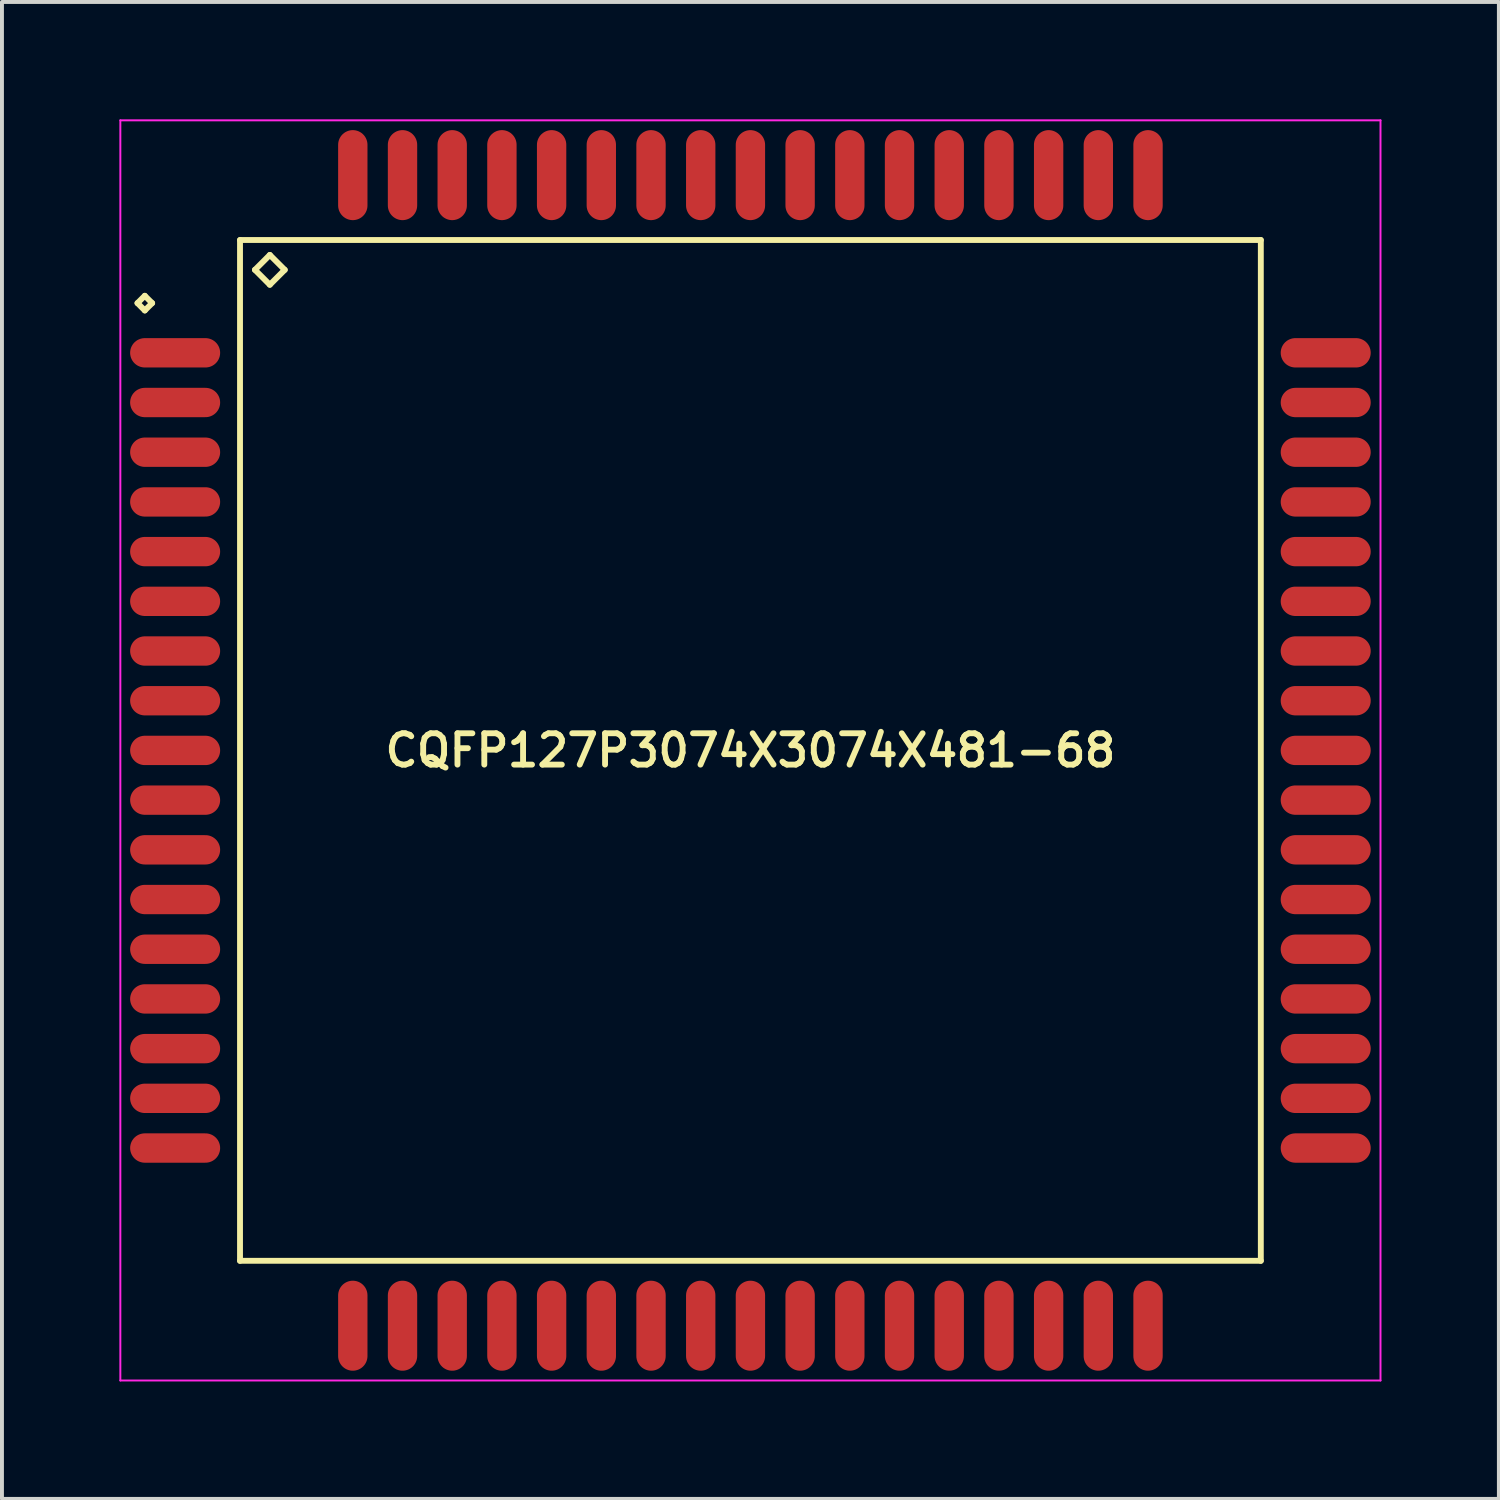
<source format=kicad_pcb>
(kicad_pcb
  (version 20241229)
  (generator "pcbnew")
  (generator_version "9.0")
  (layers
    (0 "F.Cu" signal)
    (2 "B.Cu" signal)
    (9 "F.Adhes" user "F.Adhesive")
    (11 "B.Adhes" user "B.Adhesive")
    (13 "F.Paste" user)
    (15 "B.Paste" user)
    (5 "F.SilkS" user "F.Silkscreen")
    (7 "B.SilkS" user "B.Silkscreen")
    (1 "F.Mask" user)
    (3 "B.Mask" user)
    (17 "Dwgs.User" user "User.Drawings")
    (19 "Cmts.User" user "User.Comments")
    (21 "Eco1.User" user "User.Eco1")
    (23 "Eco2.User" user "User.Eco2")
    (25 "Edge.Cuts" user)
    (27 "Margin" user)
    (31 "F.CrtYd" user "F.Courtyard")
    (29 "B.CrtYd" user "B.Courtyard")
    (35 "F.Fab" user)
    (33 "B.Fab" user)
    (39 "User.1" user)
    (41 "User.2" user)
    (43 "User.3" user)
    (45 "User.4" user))
  (footprint "CQFP127P3074X3074X481-68"
    (layer "F.Cu")
    (at 16.125 16.125)
    (property "Reference" "CQFP127P3074X3074X481-68" (at 0 0 0) (layer "F.SilkS") (effects (font (size 0.8 0.8) (thickness 0.15))))
    (attr smd)
    (fp_line (start -15.662 -11.43) (end -15.475 -11.617) (stroke (width 0.15) (type solid)) (layer "F.SilkS"))
    (fp_line (start -15.475 -11.617) (end -15.287 -11.43) (stroke (width 0.15) (type solid)) (layer "F.SilkS"))
    (fp_line (start -15.475 -11.242) (end -15.662 -11.43) (stroke (width 0.15) (type solid)) (layer "F.SilkS"))
    (fp_line (start -15.287 -11.43) (end -15.475 -11.242) (stroke (width 0.15) (type solid)) (layer "F.SilkS"))
    (fp_line (start -13.042 -13.042) (end -13.042 13.042) (stroke (width 0.15) (type solid)) (layer "F.SilkS"))
    (fp_line (start -13.042 13.042) (end 13.042 13.042) (stroke (width 0.15) (type solid)) (layer "F.SilkS"))
    (fp_line (start -12.661 -12.28) (end -12.28 -12.661) (stroke (width 0.15) (type solid)) (layer "F.SilkS"))
    (fp_line (start -12.28 -12.661) (end -11.899 -12.28) (stroke (width 0.15) (type solid)) (layer "F.SilkS"))
    (fp_line (start -12.28 -11.899) (end -12.661 -12.28) (stroke (width 0.15) (type solid)) (layer "F.SilkS"))
    (fp_line (start -11.899 -12.28) (end -12.28 -11.899) (stroke (width 0.15) (type solid)) (layer "F.SilkS"))
    (fp_line (start 13.042 -13.042) (end -13.042 -13.042) (stroke (width 0.15) (type solid)) (layer "F.SilkS"))
    (fp_line (start 13.042 13.042) (end 13.042 -13.042) (stroke (width 0.15) (type solid)) (layer "F.SilkS"))
    (fp_line (start -16.1 -16.1) (end 16.1 -16.1) (stroke (width 0.05) (type solid)) (layer "F.CrtYd"))
    (fp_line (start -16.1 16.1) (end -16.1 -16.1) (stroke (width 0.05) (type solid)) (layer "F.CrtYd"))
    (fp_line (start 16.1 -16.1) (end 16.1 16.1) (stroke (width 0.05) (type solid)) (layer "F.CrtYd"))
    (fp_line (start 16.1 16.1) (end -16.1 16.1) (stroke (width 0.05) (type solid)) (layer "F.CrtYd"))
    (pad "1" smd oval (at -14.7 -10.16) (size 2.3 0.75) (layers "F.Cu" "F.Mask" "F.Paste"))
    (pad "2" smd oval (at -14.7 -8.89) (size 2.3 0.75) (layers "F.Cu" "F.Mask" "F.Paste"))
    (pad "3" smd oval (at -14.7 -7.62) (size 2.3 0.75) (layers "F.Cu" "F.Mask" "F.Paste"))
    (pad "4" smd oval (at -14.7 -6.35) (size 2.3 0.75) (layers "F.Cu" "F.Mask" "F.Paste"))
    (pad "5" smd oval (at -14.7 -5.08) (size 2.3 0.75) (layers "F.Cu" "F.Mask" "F.Paste"))
    (pad "6" smd oval (at -14.7 -3.81) (size 2.3 0.75) (layers "F.Cu" "F.Mask" "F.Paste"))
    (pad "7" smd oval (at -14.7 -2.54) (size 2.3 0.75) (layers "F.Cu" "F.Mask" "F.Paste"))
    (pad "8" smd oval (at -14.7 -1.27) (size 2.3 0.75) (layers "F.Cu" "F.Mask" "F.Paste"))
    (pad "9" smd oval (at -14.7 0) (size 2.3 0.75) (layers "F.Cu" "F.Mask" "F.Paste"))
    (pad "10" smd oval (at -14.7 1.27) (size 2.3 0.75) (layers "F.Cu" "F.Mask" "F.Paste"))
    (pad "11" smd oval (at -14.7 2.54) (size 2.3 0.75) (layers "F.Cu" "F.Mask" "F.Paste"))
    (pad "12" smd oval (at -14.7 3.81) (size 2.3 0.75) (layers "F.Cu" "F.Mask" "F.Paste"))
    (pad "13" smd oval (at -14.7 5.08) (size 2.3 0.75) (layers "F.Cu" "F.Mask" "F.Paste"))
    (pad "14" smd oval (at -14.7 6.35) (size 2.3 0.75) (layers "F.Cu" "F.Mask" "F.Paste"))
    (pad "15" smd oval (at -14.7 7.62) (size 2.3 0.75) (layers "F.Cu" "F.Mask" "F.Paste"))
    (pad "16" smd oval (at -14.7 8.89) (size 2.3 0.75) (layers "F.Cu" "F.Mask" "F.Paste"))
    (pad "17" smd oval (at -14.7 10.16) (size 2.3 0.75) (layers "F.Cu" "F.Mask" "F.Paste"))
    (pad "18" smd oval (at -10.16 14.7) (size 0.75 2.3) (layers "F.Cu" "F.Mask" "F.Paste"))
    (pad "19" smd oval (at -8.89 14.7) (size 0.75 2.3) (layers "F.Cu" "F.Mask" "F.Paste"))
    (pad "20" smd oval (at -7.62 14.7) (size 0.75 2.3) (layers "F.Cu" "F.Mask" "F.Paste"))
    (pad "21" smd oval (at -6.35 14.7) (size 0.75 2.3) (layers "F.Cu" "F.Mask" "F.Paste"))
    (pad "22" smd oval (at -5.08 14.7) (size 0.75 2.3) (layers "F.Cu" "F.Mask" "F.Paste"))
    (pad "23" smd oval (at -3.81 14.7) (size 0.75 2.3) (layers "F.Cu" "F.Mask" "F.Paste"))
    (pad "24" smd oval (at -2.54 14.7) (size 0.75 2.3) (layers "F.Cu" "F.Mask" "F.Paste"))
    (pad "25" smd oval (at -1.27 14.7) (size 0.75 2.3) (layers "F.Cu" "F.Mask" "F.Paste"))
    (pad "26" smd oval (at 0 14.7) (size 0.75 2.3) (layers "F.Cu" "F.Mask" "F.Paste"))
    (pad "27" smd oval (at 1.27 14.7) (size 0.75 2.3) (layers "F.Cu" "F.Mask" "F.Paste"))
    (pad "28" smd oval (at 2.54 14.7) (size 0.75 2.3) (layers "F.Cu" "F.Mask" "F.Paste"))
    (pad "29" smd oval (at 3.81 14.7) (size 0.75 2.3) (layers "F.Cu" "F.Mask" "F.Paste"))
    (pad "30" smd oval (at 5.08 14.7) (size 0.75 2.3) (layers "F.Cu" "F.Mask" "F.Paste"))
    (pad "31" smd oval (at 6.35 14.7) (size 0.75 2.3) (layers "F.Cu" "F.Mask" "F.Paste"))
    (pad "32" smd oval (at 7.62 14.7) (size 0.75 2.3) (layers "F.Cu" "F.Mask" "F.Paste"))
    (pad "33" smd oval (at 8.89 14.7) (size 0.75 2.3) (layers "F.Cu" "F.Mask" "F.Paste"))
    (pad "34" smd oval (at 10.16 14.7) (size 0.75 2.3) (layers "F.Cu" "F.Mask" "F.Paste"))
    (pad "35" smd oval (at 14.7 10.16) (size 2.3 0.75) (layers "F.Cu" "F.Mask" "F.Paste"))
    (pad "36" smd oval (at 14.7 8.89) (size 2.3 0.75) (layers "F.Cu" "F.Mask" "F.Paste"))
    (pad "37" smd oval (at 14.7 7.62) (size 2.3 0.75) (layers "F.Cu" "F.Mask" "F.Paste"))
    (pad "38" smd oval (at 14.7 6.35) (size 2.3 0.75) (layers "F.Cu" "F.Mask" "F.Paste"))
    (pad "39" smd oval (at 14.7 5.08) (size 2.3 0.75) (layers "F.Cu" "F.Mask" "F.Paste"))
    (pad "40" smd oval (at 14.7 3.81) (size 2.3 0.75) (layers "F.Cu" "F.Mask" "F.Paste"))
    (pad "41" smd oval (at 14.7 2.54) (size 2.3 0.75) (layers "F.Cu" "F.Mask" "F.Paste"))
    (pad "42" smd oval (at 14.7 1.27) (size 2.3 0.75) (layers "F.Cu" "F.Mask" "F.Paste"))
    (pad "43" smd oval (at 14.7 0) (size 2.3 0.75) (layers "F.Cu" "F.Mask" "F.Paste"))
    (pad "44" smd oval (at 14.7 -1.27) (size 2.3 0.75) (layers "F.Cu" "F.Mask" "F.Paste"))
    (pad "45" smd oval (at 14.7 -2.54) (size 2.3 0.75) (layers "F.Cu" "F.Mask" "F.Paste"))
    (pad "46" smd oval (at 14.7 -3.81) (size 2.3 0.75) (layers "F.Cu" "F.Mask" "F.Paste"))
    (pad "47" smd oval (at 14.7 -5.08) (size 2.3 0.75) (layers "F.Cu" "F.Mask" "F.Paste"))
    (pad "48" smd oval (at 14.7 -6.35) (size 2.3 0.75) (layers "F.Cu" "F.Mask" "F.Paste"))
    (pad "49" smd oval (at 14.7 -7.62) (size 2.3 0.75) (layers "F.Cu" "F.Mask" "F.Paste"))
    (pad "50" smd oval (at 14.7 -8.89) (size 2.3 0.75) (layers "F.Cu" "F.Mask" "F.Paste"))
    (pad "51" smd oval (at 14.7 -10.16) (size 2.3 0.75) (layers "F.Cu" "F.Mask" "F.Paste"))
    (pad "52" smd oval (at 10.16 -14.7) (size 0.75 2.3) (layers "F.Cu" "F.Mask" "F.Paste"))
    (pad "53" smd oval (at 8.89 -14.7) (size 0.75 2.3) (layers "F.Cu" "F.Mask" "F.Paste"))
    (pad "54" smd oval (at 7.62 -14.7) (size 0.75 2.3) (layers "F.Cu" "F.Mask" "F.Paste"))
    (pad "55" smd oval (at 6.35 -14.7) (size 0.75 2.3) (layers "F.Cu" "F.Mask" "F.Paste"))
    (pad "56" smd oval (at 5.08 -14.7) (size 0.75 2.3) (layers "F.Cu" "F.Mask" "F.Paste"))
    (pad "57" smd oval (at 3.81 -14.7) (size 0.75 2.3) (layers "F.Cu" "F.Mask" "F.Paste"))
    (pad "58" smd oval (at 2.54 -14.7) (size 0.75 2.3) (layers "F.Cu" "F.Mask" "F.Paste"))
    (pad "59" smd oval (at 1.27 -14.7) (size 0.75 2.3) (layers "F.Cu" "F.Mask" "F.Paste"))
    (pad "60" smd oval (at 0 -14.7) (size 0.75 2.3) (layers "F.Cu" "F.Mask" "F.Paste"))
    (pad "61" smd oval (at -1.27 -14.7) (size 0.75 2.3) (layers "F.Cu" "F.Mask" "F.Paste"))
    (pad "62" smd oval (at -2.54 -14.7) (size 0.75 2.3) (layers "F.Cu" "F.Mask" "F.Paste"))
    (pad "63" smd oval (at -3.81 -14.7) (size 0.75 2.3) (layers "F.Cu" "F.Mask" "F.Paste"))
    (pad "64" smd oval (at -5.08 -14.7) (size 0.75 2.3) (layers "F.Cu" "F.Mask" "F.Paste"))
    (pad "65" smd oval (at -6.35 -14.7) (size 0.75 2.3) (layers "F.Cu" "F.Mask" "F.Paste"))
    (pad "66" smd oval (at -7.62 -14.7) (size 0.75 2.3) (layers "F.Cu" "F.Mask" "F.Paste"))
    (pad "67" smd oval (at -8.89 -14.7) (size 0.75 2.3) (layers "F.Cu" "F.Mask" "F.Paste"))
    (pad "68" smd oval (at -10.16 -14.7) (size 0.75 2.3) (layers "F.Cu" "F.Mask" "F.Paste")))
  (gr_rect
    (start -3 -3)
    (end 35.25 35.25)
    (stroke (width 0.1) (type default))
    (fill no)
    (layer "Edge.Cuts")))
</source>
